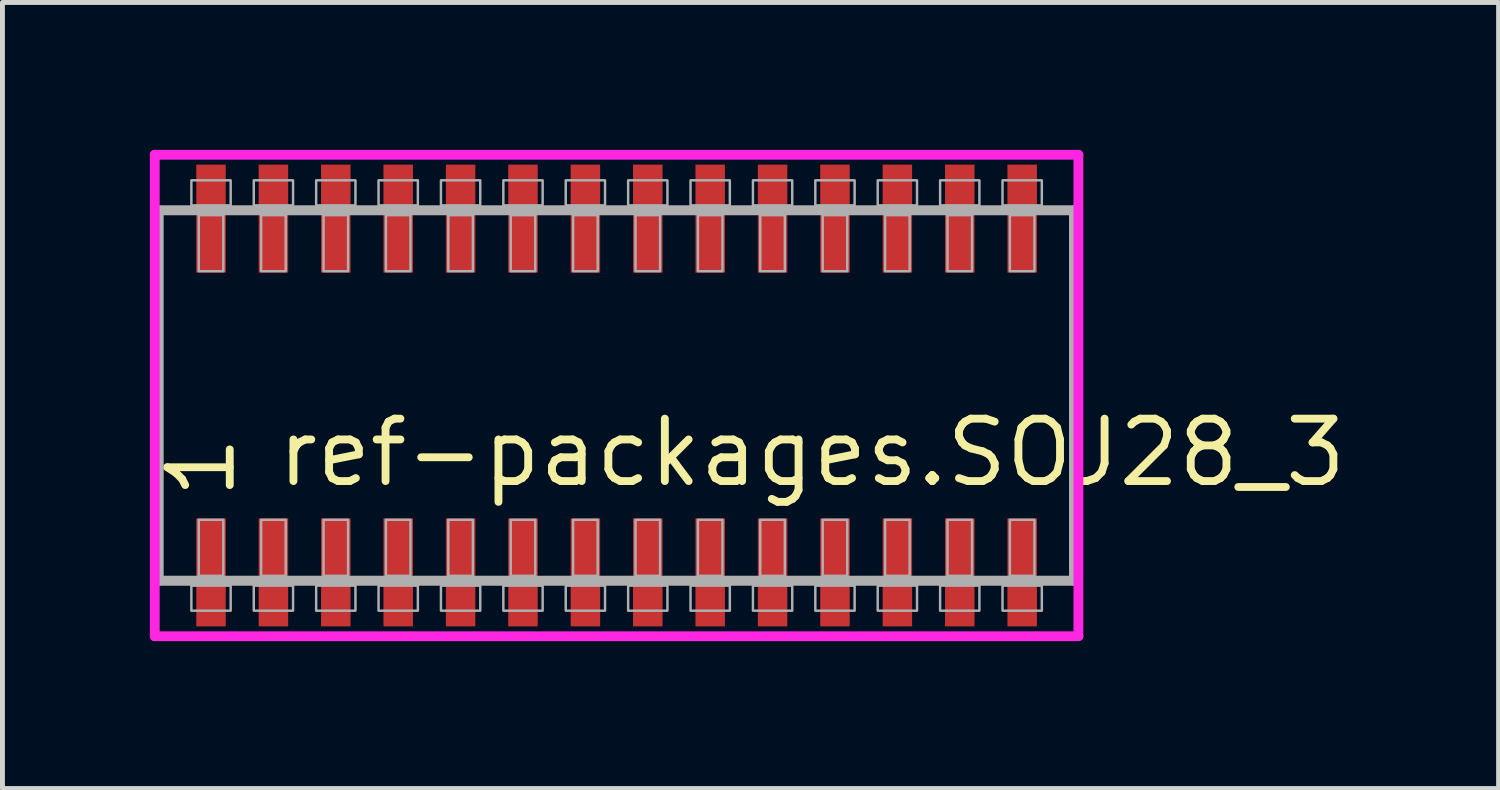
<source format=kicad_pcb>
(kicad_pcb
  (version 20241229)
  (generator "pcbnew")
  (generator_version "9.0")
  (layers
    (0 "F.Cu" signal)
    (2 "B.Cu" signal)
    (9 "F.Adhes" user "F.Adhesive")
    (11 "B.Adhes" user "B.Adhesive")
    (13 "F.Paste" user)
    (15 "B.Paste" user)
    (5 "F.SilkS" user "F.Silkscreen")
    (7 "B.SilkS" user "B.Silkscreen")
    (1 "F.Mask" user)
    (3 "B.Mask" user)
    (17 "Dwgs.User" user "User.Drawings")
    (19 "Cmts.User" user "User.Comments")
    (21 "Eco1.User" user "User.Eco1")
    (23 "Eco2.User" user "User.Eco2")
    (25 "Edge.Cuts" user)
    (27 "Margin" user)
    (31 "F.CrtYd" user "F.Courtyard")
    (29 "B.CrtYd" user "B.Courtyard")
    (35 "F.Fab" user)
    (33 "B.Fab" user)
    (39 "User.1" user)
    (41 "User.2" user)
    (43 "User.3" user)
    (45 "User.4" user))
  (footprint "ref-packages.SOJ28_3"
    (layer "F.Cu")
    (at 9.5 5)
    (property "Reference" "ref-packages.SOJ28_3" (at -6.985 1.905 0) (layer "F.SilkS") (effects (font (size 1.27 1.27) (thickness 0.16)) (justify left bottom)))
    (attr smd)
    (fp_line (start -9.4 -4.9) (end 9.4 -4.9) (stroke (width 0.2) (type default)) (layer "F.CrtYd"))
    (fp_line (start -9.4 4.9) (end -9.4 -4.9) (stroke (width 0.2) (type default)) (layer "F.CrtYd"))
    (fp_line (start 9.4 -4.9) (end 9.4 4.9) (stroke (width 0.2) (type default)) (layer "F.CrtYd"))
    (fp_line (start 9.4 4.9) (end -9.4 4.9) (stroke (width 0.2) (type default)) (layer "F.CrtYd"))
    (fp_line (start -9.32 -3.77) (end 9.31 -3.77) (stroke (width 0.203) (type default)) (layer "F.Fab"))
    (fp_line (start -9.32 3.77) (end -9.32 -3.77) (stroke (width 0.203) (type default)) (layer "F.Fab"))
    (fp_line (start 9.31 -3.77) (end 9.31 3.77) (stroke (width 0.203) (type default)) (layer "F.Fab"))
    (fp_line (start 9.31 3.77) (end -9.32 3.77) (stroke (width 0.203) (type default)) (layer "F.Fab"))
    (fp_rect (start -8.655 -3.87) (end -7.855 -4.38) (stroke (width 0.05) (type default)) (fill no) (layer "F.Fab"))
    (fp_rect (start -8.655 4.38) (end -7.855 3.87) (stroke (width 0.05) (type default)) (fill no) (layer "F.Fab"))
    (fp_rect (start -8.505 -2.53) (end -8.005 -3.67) (stroke (width 0.05) (type default)) (fill no) (layer "F.Fab"))
    (fp_rect (start -8.505 3.67) (end -8.005 2.53) (stroke (width 0.05) (type default)) (fill no) (layer "F.Fab"))
    (fp_rect (start -7.385 -3.87) (end -6.585 -4.38) (stroke (width 0.05) (type default)) (fill no) (layer "F.Fab"))
    (fp_rect (start -7.385 4.38) (end -6.585 3.87) (stroke (width 0.05) (type default)) (fill no) (layer "F.Fab"))
    (fp_rect (start -7.235 -2.53) (end -6.735 -3.67) (stroke (width 0.05) (type default)) (fill no) (layer "F.Fab"))
    (fp_rect (start -7.235 3.67) (end -6.735 2.53) (stroke (width 0.05) (type default)) (fill no) (layer "F.Fab"))
    (fp_rect (start -6.115 -3.87) (end -5.315 -4.38) (stroke (width 0.05) (type default)) (fill no) (layer "F.Fab"))
    (fp_rect (start -6.115 4.38) (end -5.315 3.87) (stroke (width 0.05) (type default)) (fill no) (layer "F.Fab"))
    (fp_rect (start -5.965 -2.53) (end -5.465 -3.67) (stroke (width 0.05) (type default)) (fill no) (layer "F.Fab"))
    (fp_rect (start -5.965 3.67) (end -5.465 2.53) (stroke (width 0.05) (type default)) (fill no) (layer "F.Fab"))
    (fp_rect (start -4.845 -3.87) (end -4.045 -4.38) (stroke (width 0.05) (type default)) (fill no) (layer "F.Fab"))
    (fp_rect (start -4.845 4.38) (end -4.045 3.87) (stroke (width 0.05) (type default)) (fill no) (layer "F.Fab"))
    (fp_rect (start -4.695 -2.53) (end -4.195 -3.67) (stroke (width 0.05) (type default)) (fill no) (layer "F.Fab"))
    (fp_rect (start -4.695 3.67) (end -4.195 2.53) (stroke (width 0.05) (type default)) (fill no) (layer "F.Fab"))
    (fp_rect (start -3.575 -3.87) (end -2.775 -4.38) (stroke (width 0.05) (type default)) (fill no) (layer "F.Fab"))
    (fp_rect (start -3.575 4.38) (end -2.775 3.87) (stroke (width 0.05) (type default)) (fill no) (layer "F.Fab"))
    (fp_rect (start -3.425 -2.53) (end -2.925 -3.67) (stroke (width 0.05) (type default)) (fill no) (layer "F.Fab"))
    (fp_rect (start -3.425 3.67) (end -2.925 2.53) (stroke (width 0.05) (type default)) (fill no) (layer "F.Fab"))
    (fp_rect (start -2.305 -3.87) (end -1.505 -4.38) (stroke (width 0.05) (type default)) (fill no) (layer "F.Fab"))
    (fp_rect (start -2.305 4.38) (end -1.505 3.87) (stroke (width 0.05) (type default)) (fill no) (layer "F.Fab"))
    (fp_rect (start -2.155 -2.53) (end -1.655 -3.67) (stroke (width 0.05) (type default)) (fill no) (layer "F.Fab"))
    (fp_rect (start -2.155 3.67) (end -1.655 2.53) (stroke (width 0.05) (type default)) (fill no) (layer "F.Fab"))
    (fp_rect (start -1.035 -3.87) (end -0.235 -4.38) (stroke (width 0.05) (type default)) (fill no) (layer "F.Fab"))
    (fp_rect (start -1.035 4.38) (end -0.235 3.87) (stroke (width 0.05) (type default)) (fill no) (layer "F.Fab"))
    (fp_rect (start -0.885 -2.53) (end -0.385 -3.67) (stroke (width 0.05) (type default)) (fill no) (layer "F.Fab"))
    (fp_rect (start -0.885 3.67) (end -0.385 2.53) (stroke (width 0.05) (type default)) (fill no) (layer "F.Fab"))
    (fp_rect (start 0.235 -3.87) (end 1.035 -4.38) (stroke (width 0.05) (type default)) (fill no) (layer "F.Fab"))
    (fp_rect (start 0.235 4.38) (end 1.035 3.87) (stroke (width 0.05) (type default)) (fill no) (layer "F.Fab"))
    (fp_rect (start 0.385 -2.53) (end 0.885 -3.67) (stroke (width 0.05) (type default)) (fill no) (layer "F.Fab"))
    (fp_rect (start 0.385 3.67) (end 0.885 2.53) (stroke (width 0.05) (type default)) (fill no) (layer "F.Fab"))
    (fp_rect (start 1.505 -3.87) (end 2.305 -4.38) (stroke (width 0.05) (type default)) (fill no) (layer "F.Fab"))
    (fp_rect (start 1.505 4.38) (end 2.305 3.87) (stroke (width 0.05) (type default)) (fill no) (layer "F.Fab"))
    (fp_rect (start 1.655 -2.53) (end 2.155 -3.67) (stroke (width 0.05) (type default)) (fill no) (layer "F.Fab"))
    (fp_rect (start 1.655 3.67) (end 2.155 2.53) (stroke (width 0.05) (type default)) (fill no) (layer "F.Fab"))
    (fp_rect (start 2.775 -3.87) (end 3.575 -4.38) (stroke (width 0.05) (type default)) (fill no) (layer "F.Fab"))
    (fp_rect (start 2.775 4.38) (end 3.575 3.87) (stroke (width 0.05) (type default)) (fill no) (layer "F.Fab"))
    (fp_rect (start 2.925 -2.53) (end 3.425 -3.67) (stroke (width 0.05) (type default)) (fill no) (layer "F.Fab"))
    (fp_rect (start 2.925 3.67) (end 3.425 2.53) (stroke (width 0.05) (type default)) (fill no) (layer "F.Fab"))
    (fp_rect (start 4.045 -3.87) (end 4.845 -4.38) (stroke (width 0.05) (type default)) (fill no) (layer "F.Fab"))
    (fp_rect (start 4.045 4.38) (end 4.845 3.87) (stroke (width 0.05) (type default)) (fill no) (layer "F.Fab"))
    (fp_rect (start 4.195 -2.53) (end 4.695 -3.67) (stroke (width 0.05) (type default)) (fill no) (layer "F.Fab"))
    (fp_rect (start 4.195 3.67) (end 4.695 2.53) (stroke (width 0.05) (type default)) (fill no) (layer "F.Fab"))
    (fp_rect (start 5.315 -3.87) (end 6.115 -4.38) (stroke (width 0.05) (type default)) (fill no) (layer "F.Fab"))
    (fp_rect (start 5.315 4.38) (end 6.115 3.87) (stroke (width 0.05) (type default)) (fill no) (layer "F.Fab"))
    (fp_rect (start 5.465 -2.53) (end 5.965 -3.67) (stroke (width 0.05) (type default)) (fill no) (layer "F.Fab"))
    (fp_rect (start 5.465 3.67) (end 5.965 2.53) (stroke (width 0.05) (type default)) (fill no) (layer "F.Fab"))
    (fp_rect (start 6.585 -3.87) (end 7.385 -4.38) (stroke (width 0.05) (type default)) (fill no) (layer "F.Fab"))
    (fp_rect (start 6.585 4.38) (end 7.385 3.87) (stroke (width 0.05) (type default)) (fill no) (layer "F.Fab"))
    (fp_rect (start 6.735 -2.53) (end 7.235 -3.67) (stroke (width 0.05) (type default)) (fill no) (layer "F.Fab"))
    (fp_rect (start 6.735 3.67) (end 7.235 2.53) (stroke (width 0.05) (type default)) (fill no) (layer "F.Fab"))
    (fp_rect (start 7.855 -3.87) (end 8.655 -4.38) (stroke (width 0.05) (type default)) (fill no) (layer "F.Fab"))
    (fp_rect (start 7.855 4.38) (end 8.655 3.87) (stroke (width 0.05) (type default)) (fill no) (layer "F.Fab"))
    (fp_rect (start 8.005 -2.53) (end 8.505 -3.67) (stroke (width 0.05) (type default)) (fill no) (layer "F.Fab"))
    (fp_rect (start 8.005 3.67) (end 8.505 2.53) (stroke (width 0.05) (type default)) (fill no) (layer "F.Fab"))
    (fp_text user "1" (at -7.71 2.17 90) (layer "F.SilkS") (effects (font (size 1.27 1.27) (thickness 0.16)) (justify left bottom)))
    (pad "1" smd roundrect (at -8.255 3.6) (size 0.6 2.2) (layers "F.Cu" "F.Mask" "F.Paste") (roundrect_rratio 0.01))
    (pad "2" smd roundrect (at -6.985 3.6) (size 0.6 2.2) (layers "F.Cu" "F.Mask" "F.Paste") (roundrect_rratio 0.01))
    (pad "3" smd roundrect (at -5.715 3.6) (size 0.6 2.2) (layers "F.Cu" "F.Mask" "F.Paste") (roundrect_rratio 0.01))
    (pad "4" smd roundrect (at -4.445 3.6) (size 0.6 2.2) (layers "F.Cu" "F.Mask" "F.Paste") (roundrect_rratio 0.01))
    (pad "5" smd roundrect (at -3.175 3.6) (size 0.6 2.2) (layers "F.Cu" "F.Mask" "F.Paste") (roundrect_rratio 0.01))
    (pad "6" smd roundrect (at -1.905 3.6) (size 0.6 2.2) (layers "F.Cu" "F.Mask" "F.Paste") (roundrect_rratio 0.01))
    (pad "7" smd roundrect (at -0.635 3.6) (size 0.6 2.2) (layers "F.Cu" "F.Mask" "F.Paste") (roundrect_rratio 0.01))
    (pad "8" smd roundrect (at 0.635 3.6) (size 0.6 2.2) (layers "F.Cu" "F.Mask" "F.Paste") (roundrect_rratio 0.01))
    (pad "9" smd roundrect (at 1.905 3.6) (size 0.6 2.2) (layers "F.Cu" "F.Mask" "F.Paste") (roundrect_rratio 0.01))
    (pad "10" smd roundrect (at 3.175 3.6) (size 0.6 2.2) (layers "F.Cu" "F.Mask" "F.Paste") (roundrect_rratio 0.01))
    (pad "11" smd roundrect (at 4.445 3.6) (size 0.6 2.2) (layers "F.Cu" "F.Mask" "F.Paste") (roundrect_rratio 0.01))
    (pad "12" smd roundrect (at 5.715 3.6) (size 0.6 2.2) (layers "F.Cu" "F.Mask" "F.Paste") (roundrect_rratio 0.01))
    (pad "13" smd roundrect (at 6.985 3.6) (size 0.6 2.2) (layers "F.Cu" "F.Mask" "F.Paste") (roundrect_rratio 0.01))
    (pad "14" smd roundrect (at 8.255 3.6) (size 0.6 2.2) (layers "F.Cu" "F.Mask" "F.Paste") (roundrect_rratio 0.01))
    (pad "15" smd roundrect (at 8.255 -3.6) (size 0.6 2.2) (layers "F.Cu" "F.Mask" "F.Paste") (roundrect_rratio 0.01))
    (pad "16" smd roundrect (at 6.985 -3.6) (size 0.6 2.2) (layers "F.Cu" "F.Mask" "F.Paste") (roundrect_rratio 0.01))
    (pad "17" smd roundrect (at 5.715 -3.6) (size 0.6 2.2) (layers "F.Cu" "F.Mask" "F.Paste") (roundrect_rratio 0.01))
    (pad "18" smd roundrect (at 4.445 -3.6) (size 0.6 2.2) (layers "F.Cu" "F.Mask" "F.Paste") (roundrect_rratio 0.01))
    (pad "19" smd roundrect (at 3.175 -3.6) (size 0.6 2.2) (layers "F.Cu" "F.Mask" "F.Paste") (roundrect_rratio 0.01))
    (pad "20" smd roundrect (at 1.905 -3.6) (size 0.6 2.2) (layers "F.Cu" "F.Mask" "F.Paste") (roundrect_rratio 0.01))
    (pad "21" smd roundrect (at 0.635 -3.6) (size 0.6 2.2) (layers "F.Cu" "F.Mask" "F.Paste") (roundrect_rratio 0.01))
    (pad "22" smd roundrect (at -0.635 -3.6) (size 0.6 2.2) (layers "F.Cu" "F.Mask" "F.Paste") (roundrect_rratio 0.01))
    (pad "23" smd roundrect (at -1.905 -3.6) (size 0.6 2.2) (layers "F.Cu" "F.Mask" "F.Paste") (roundrect_rratio 0.01))
    (pad "24" smd roundrect (at -3.175 -3.6) (size 0.6 2.2) (layers "F.Cu" "F.Mask" "F.Paste") (roundrect_rratio 0.01))
    (pad "25" smd roundrect (at -4.445 -3.6) (size 0.6 2.2) (layers "F.Cu" "F.Mask" "F.Paste") (roundrect_rratio 0.01))
    (pad "26" smd roundrect (at -5.715 -3.6) (size 0.6 2.2) (layers "F.Cu" "F.Mask" "F.Paste") (roundrect_rratio 0.01))
    (pad "27" smd roundrect (at -6.985 -3.6) (size 0.6 2.2) (layers "F.Cu" "F.Mask" "F.Paste") (roundrect_rratio 0.01))
    (pad "28" smd roundrect (at -8.255 -3.6) (size 0.6 2.2) (layers "F.Cu" "F.Mask" "F.Paste") (roundrect_rratio 0.01)))
  (gr_rect
    (start -3 -3)
    (end 27.452 13)
    (stroke (width 0.1) (type default))
    (fill no)
    (layer "Edge.Cuts")))
</source>
